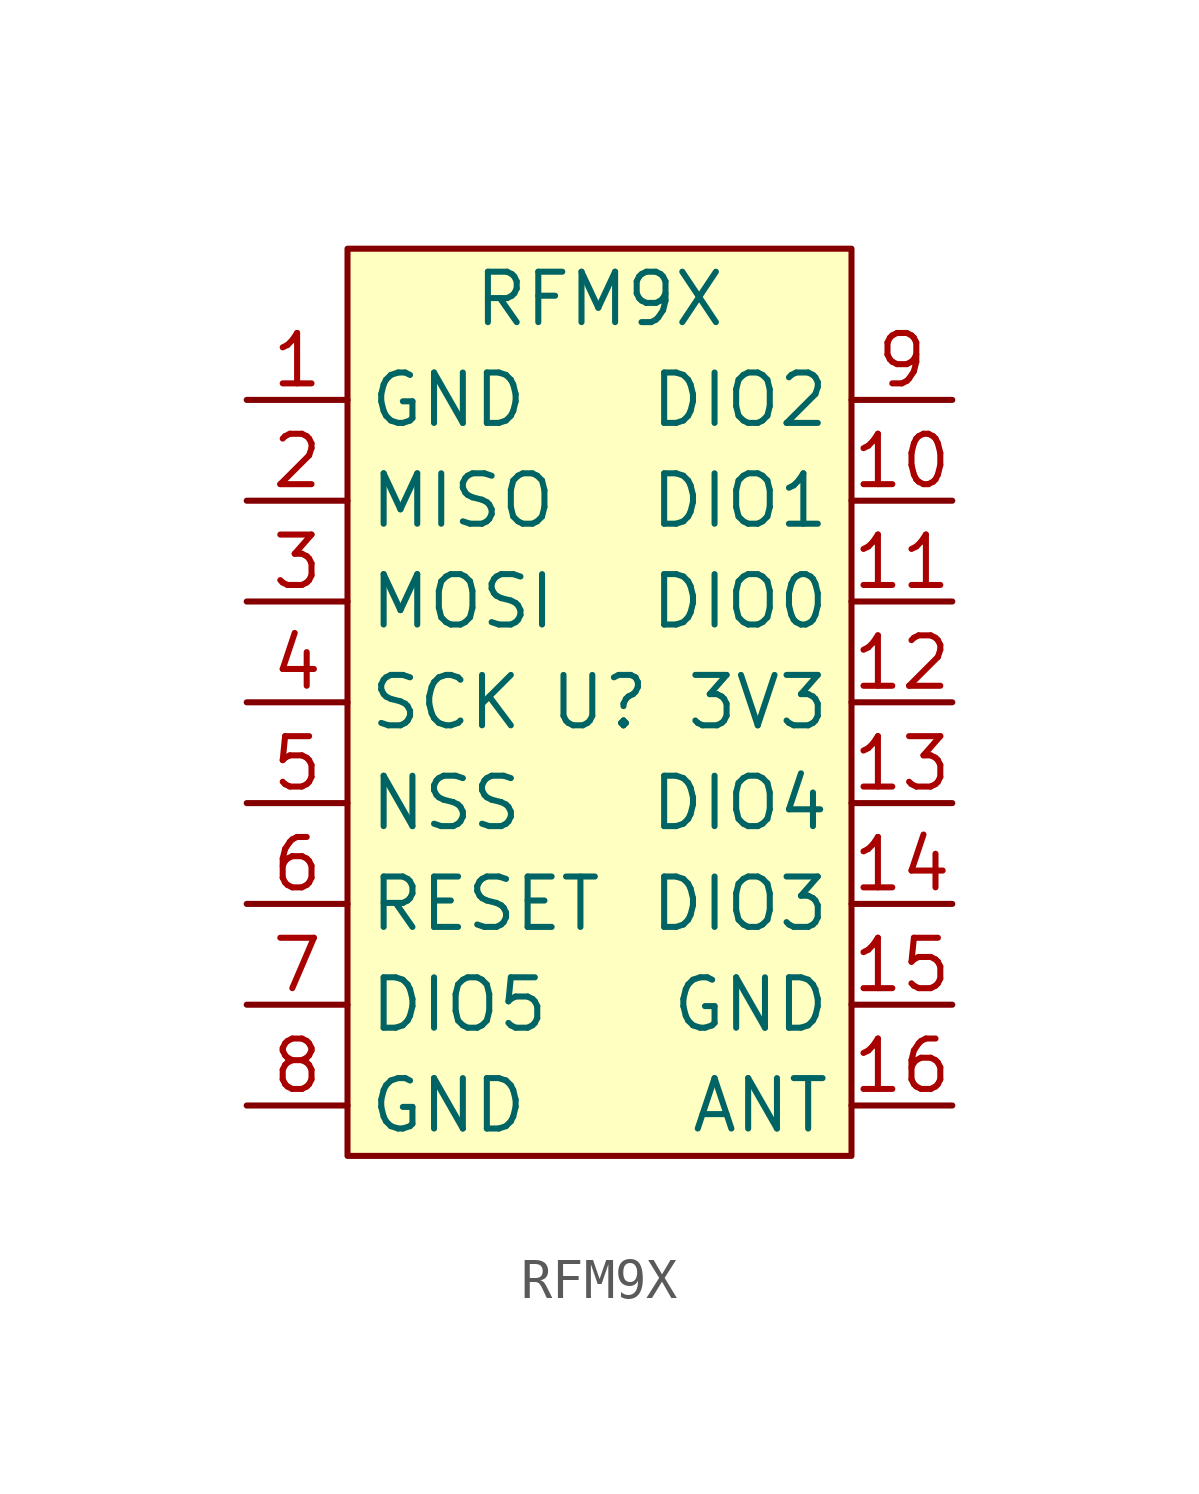
<source format=kicad_sym>
(kicad_symbol_lib
  (version 20220914)
  (generator kicad_symbol_editor)
  (symbol "RFM9X"
    (property "Reference" "U"
      (at 0 -10.16 0)
      (effects (font (size 1.27 1.27))))
    (property "Value" "RFM9X"
      (at 0 0 0)
      (effects (font (size 1.27 1.27))))
    (symbol "RFM9X_1_1"
      (rectangle (start -6.35 1.27) (end 6.35 -21.59) (stroke (width 0) (type default)) (fill (type background)))
      (pin unspecified line (at -8.89 -2.54 0) (length 2.54) (name "GND" (effects (font (size 1.27 1.27)))) (number "1" (effects (font (size 1.27 1.27)))))
      (pin unspecified line (at 8.89 -5.08 180) (length 2.54) (name "DIO1" (effects (font (size 1.27 1.27)))) (number "10" (effects (font (size 1.27 1.27)))))
      (pin unspecified line (at 8.89 -7.62 180) (length 2.54) (name "DIO0" (effects (font (size 1.27 1.27)))) (number "11" (effects (font (size 1.27 1.27)))))
      (pin unspecified line (at 8.89 -10.16 180) (length 2.54) (name "3V3" (effects (font (size 1.27 1.27)))) (number "12" (effects (font (size 1.27 1.27)))))
      (pin unspecified line (at 8.89 -12.7 180) (length 2.54) (name "DIO4" (effects (font (size 1.27 1.27)))) (number "13" (effects (font (size 1.27 1.27)))))
      (pin unspecified line (at 8.89 -15.24 180) (length 2.54) (name "DIO3" (effects (font (size 1.27 1.27)))) (number "14" (effects (font (size 1.27 1.27)))))
      (pin unspecified line (at 8.89 -17.78 180) (length 2.54) (name "GND" (effects (font (size 1.27 1.27)))) (number "15" (effects (font (size 1.27 1.27)))))
      (pin unspecified line (at 8.89 -20.32 180) (length 2.54) (name "ANT" (effects (font (size 1.27 1.27)))) (number "16" (effects (font (size 1.27 1.27)))))
      (pin unspecified line (at -8.89 -5.08 0) (length 2.54) (name "MISO" (effects (font (size 1.27 1.27)))) (number "2" (effects (font (size 1.27 1.27)))))
      (pin unspecified line (at -8.89 -7.62 0) (length 2.54) (name "MOSI" (effects (font (size 1.27 1.27)))) (number "3" (effects (font (size 1.27 1.27)))))
      (pin unspecified line (at -8.89 -10.16 0) (length 2.54) (name "SCK" (effects (font (size 1.27 1.27)))) (number "4" (effects (font (size 1.27 1.27)))))
      (pin unspecified line (at -8.89 -12.7 0) (length 2.54) (name "NSS" (effects (font (size 1.27 1.27)))) (number "5" (effects (font (size 1.27 1.27)))))
      (pin unspecified line (at -8.89 -15.24 0) (length 2.54) (name "RESET" (effects (font (size 1.27 1.27)))) (number "6" (effects (font (size 1.27 1.27)))))
      (pin unspecified line (at -8.89 -17.78 0) (length 2.54) (name "DIO5" (effects (font (size 1.27 1.27)))) (number "7" (effects (font (size 1.27 1.27)))))
      (pin unspecified line (at -8.89 -20.32 0) (length 2.54) (name "GND" (effects (font (size 1.27 1.27)))) (number "8" (effects (font (size 1.27 1.27)))))
      (pin unspecified line (at 8.89 -2.54 180) (length 2.54) (name "DIO2" (effects (font (size 1.27 1.27)))) (number "9" (effects (font (size 1.27 1.27))))))))
</source>
